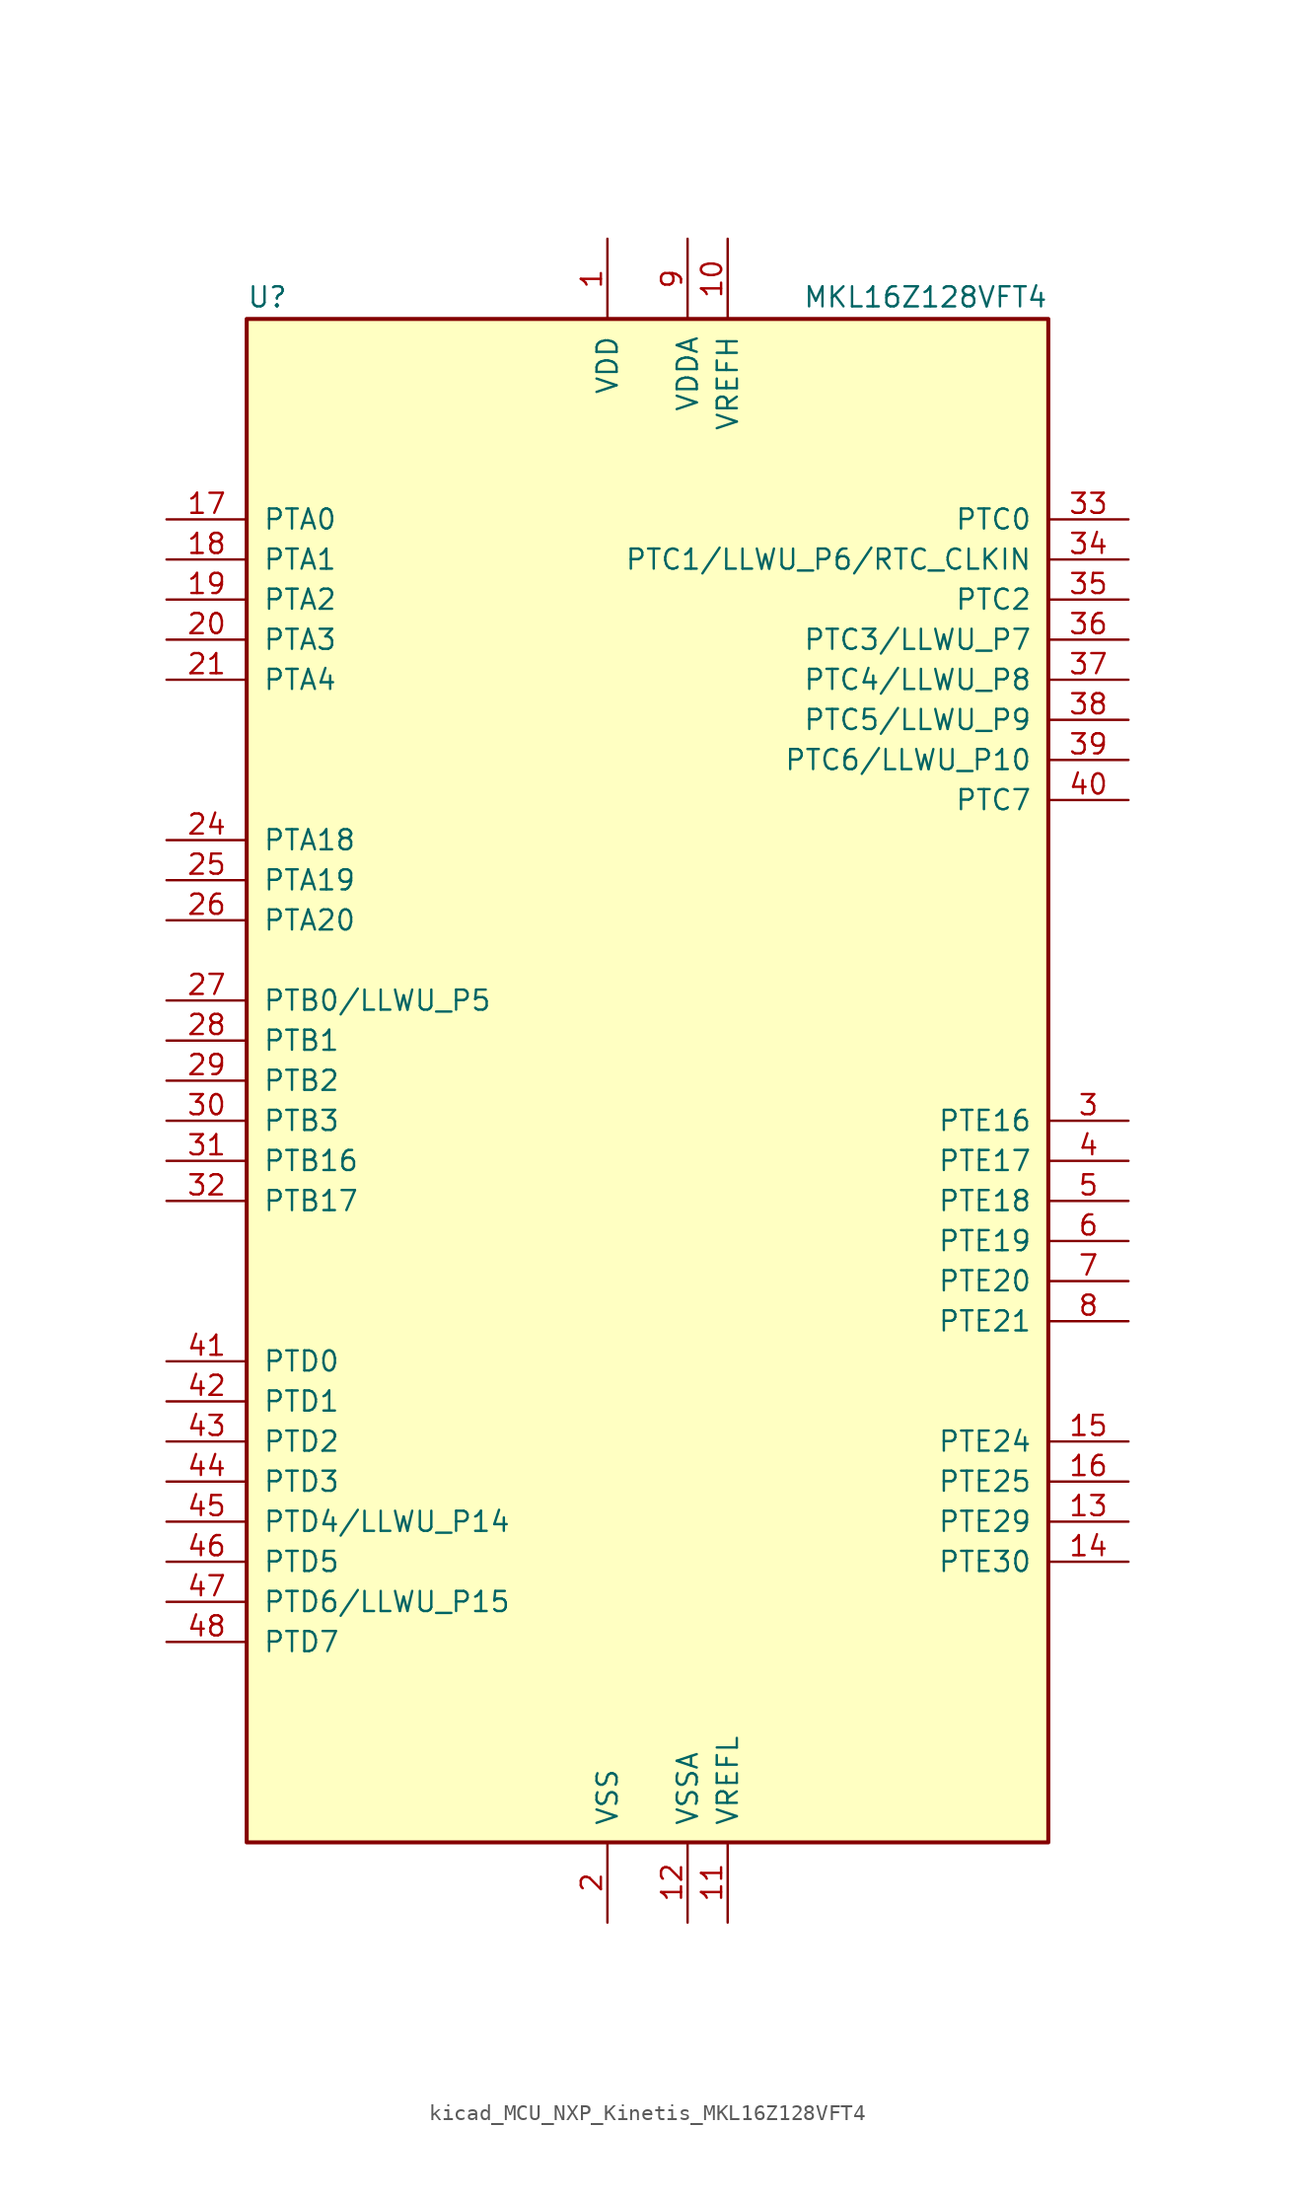
<source format=kicad_sym>
(kicad_symbol_lib
  (version 20220914)
  (generator kicad_symbol_editor)
  (symbol "kicad_MCU_NXP_Kinetis_MKL16Z128VFT4"
    (pin_names
      (offset 1.016))
    (property "Reference" "U"
      (at -25.4 48.895 0)
      (effects (font (size 1.27 1.27)) (justify left bottom)))
    (property "Value" "MKL16Z128VFT4"
      (at 25.4 48.895 0)
      (effects (font (size 1.27 1.27)) (justify right bottom)))
    (symbol "kicad_MCU_NXP_Kinetis_MKL16Z128VFT4_0_1"
      (rectangle (start -25.4 48.26) (end 25.4 -48.26) (stroke (width 0.254) (type default)) (fill (type background))))
    (symbol "kicad_MCU_NXP_Kinetis_MKL16Z128VFT4_1_1"
      (pin power_in line (at -2.54 53.34 270) (length 5.08) (name "VDD" (effects (font (size 1.27 1.27)))) (number "1" (effects (font (size 1.27 1.27)))))
      (pin power_in line (at 5.08 53.34 270) (length 5.08) (name "VREFH" (effects (font (size 1.27 1.27)))) (number "10" (effects (font (size 1.27 1.27)))))
      (pin power_in line (at 5.08 -53.34 90) (length 5.08) (name "VREFL" (effects (font (size 1.27 1.27)))) (number "11" (effects (font (size 1.27 1.27)))))
      (pin power_in line (at 2.54 -53.34 90) (length 5.08) (name "VSSA" (effects (font (size 1.27 1.27)))) (number "12" (effects (font (size 1.27 1.27)))))
      (pin bidirectional line (at 30.48 -27.94 180) (length 5.08) (name "PTE29" (effects (font (size 1.27 1.27)))) (number "13" (effects (font (size 1.27 1.27)))))
      (pin bidirectional line (at 30.48 -30.48 180) (length 5.08) (name "PTE30" (effects (font (size 1.27 1.27)))) (number "14" (effects (font (size 1.27 1.27)))))
      (pin bidirectional line (at 30.48 -22.86 180) (length 5.08) (name "PTE24" (effects (font (size 1.27 1.27)))) (number "15" (effects (font (size 1.27 1.27)))))
      (pin bidirectional line (at 30.48 -25.4 180) (length 5.08) (name "PTE25" (effects (font (size 1.27 1.27)))) (number "16" (effects (font (size 1.27 1.27)))))
      (pin bidirectional line (at -30.48 35.56 0) (length 5.08) (name "PTA0" (effects (font (size 1.27 1.27)))) (number "17" (effects (font (size 1.27 1.27)))))
      (pin bidirectional line (at -30.48 33.02 0) (length 5.08) (name "PTA1" (effects (font (size 1.27 1.27)))) (number "18" (effects (font (size 1.27 1.27)))))
      (pin bidirectional line (at -30.48 30.48 0) (length 5.08) (name "PTA2" (effects (font (size 1.27 1.27)))) (number "19" (effects (font (size 1.27 1.27)))))
      (pin power_in line (at -2.54 -53.34 90) (length 5.08) (name "VSS" (effects (font (size 1.27 1.27)))) (number "2" (effects (font (size 1.27 1.27)))))
      (pin bidirectional line (at -30.48 27.94 0) (length 5.08) (name "PTA3" (effects (font (size 1.27 1.27)))) (number "20" (effects (font (size 1.27 1.27)))))
      (pin bidirectional line (at -30.48 25.4 0) (length 5.08) (name "PTA4" (effects (font (size 1.27 1.27)))) (number "21" (effects (font (size 1.27 1.27)))))
      (pin passive line (at -2.54 53.34 270) (length 5.08) hide (name "VDD" (effects (font (size 1.27 1.27)))) (number "22" (effects (font (size 1.27 1.27)))))
      (pin passive line (at -2.54 -53.34 90) (length 5.08) hide (name "VSS" (effects (font (size 1.27 1.27)))) (number "23" (effects (font (size 1.27 1.27)))))
      (pin bidirectional line (at -30.48 15.24 0) (length 5.08) (name "PTA18" (effects (font (size 1.27 1.27)))) (number "24" (effects (font (size 1.27 1.27)))))
      (pin bidirectional line (at -30.48 12.7 0) (length 5.08) (name "PTA19" (effects (font (size 1.27 1.27)))) (number "25" (effects (font (size 1.27 1.27)))))
      (pin bidirectional line (at -30.48 10.16 0) (length 5.08) (name "PTA20" (effects (font (size 1.27 1.27)))) (number "26" (effects (font (size 1.27 1.27)))))
      (pin bidirectional line (at -30.48 5.08 0) (length 5.08) (name "PTB0/LLWU_P5" (effects (font (size 1.27 1.27)))) (number "27" (effects (font (size 1.27 1.27)))))
      (pin bidirectional line (at -30.48 2.54 0) (length 5.08) (name "PTB1" (effects (font (size 1.27 1.27)))) (number "28" (effects (font (size 1.27 1.27)))))
      (pin bidirectional line (at -30.48 0 0) (length 5.08) (name "PTB2" (effects (font (size 1.27 1.27)))) (number "29" (effects (font (size 1.27 1.27)))))
      (pin bidirectional line (at 30.48 -2.54 180) (length 5.08) (name "PTE16" (effects (font (size 1.27 1.27)))) (number "3" (effects (font (size 1.27 1.27)))))
      (pin bidirectional line (at -30.48 -2.54 0) (length 5.08) (name "PTB3" (effects (font (size 1.27 1.27)))) (number "30" (effects (font (size 1.27 1.27)))))
      (pin bidirectional line (at -30.48 -5.08 0) (length 5.08) (name "PTB16" (effects (font (size 1.27 1.27)))) (number "31" (effects (font (size 1.27 1.27)))))
      (pin bidirectional line (at -30.48 -7.62 0) (length 5.08) (name "PTB17" (effects (font (size 1.27 1.27)))) (number "32" (effects (font (size 1.27 1.27)))))
      (pin bidirectional line (at 30.48 35.56 180) (length 5.08) (name "PTC0" (effects (font (size 1.27 1.27)))) (number "33" (effects (font (size 1.27 1.27)))))
      (pin bidirectional line (at 30.48 33.02 180) (length 5.08) (name "PTC1/LLWU_P6/RTC_CLKIN" (effects (font (size 1.27 1.27)))) (number "34" (effects (font (size 1.27 1.27)))))
      (pin bidirectional line (at 30.48 30.48 180) (length 5.08) (name "PTC2" (effects (font (size 1.27 1.27)))) (number "35" (effects (font (size 1.27 1.27)))))
      (pin bidirectional line (at 30.48 27.94 180) (length 5.08) (name "PTC3/LLWU_P7" (effects (font (size 1.27 1.27)))) (number "36" (effects (font (size 1.27 1.27)))))
      (pin bidirectional line (at 30.48 25.4 180) (length 5.08) (name "PTC4/LLWU_P8" (effects (font (size 1.27 1.27)))) (number "37" (effects (font (size 1.27 1.27)))))
      (pin bidirectional line (at 30.48 22.86 180) (length 5.08) (name "PTC5/LLWU_P9" (effects (font (size 1.27 1.27)))) (number "38" (effects (font (size 1.27 1.27)))))
      (pin bidirectional line (at 30.48 20.32 180) (length 5.08) (name "PTC6/LLWU_P10" (effects (font (size 1.27 1.27)))) (number "39" (effects (font (size 1.27 1.27)))))
      (pin bidirectional line (at 30.48 -5.08 180) (length 5.08) (name "PTE17" (effects (font (size 1.27 1.27)))) (number "4" (effects (font (size 1.27 1.27)))))
      (pin bidirectional line (at 30.48 17.78 180) (length 5.08) (name "PTC7" (effects (font (size 1.27 1.27)))) (number "40" (effects (font (size 1.27 1.27)))))
      (pin bidirectional line (at -30.48 -17.78 0) (length 5.08) (name "PTD0" (effects (font (size 1.27 1.27)))) (number "41" (effects (font (size 1.27 1.27)))))
      (pin bidirectional line (at -30.48 -20.32 0) (length 5.08) (name "PTD1" (effects (font (size 1.27 1.27)))) (number "42" (effects (font (size 1.27 1.27)))))
      (pin bidirectional line (at -30.48 -22.86 0) (length 5.08) (name "PTD2" (effects (font (size 1.27 1.27)))) (number "43" (effects (font (size 1.27 1.27)))))
      (pin bidirectional line (at -30.48 -25.4 0) (length 5.08) (name "PTD3" (effects (font (size 1.27 1.27)))) (number "44" (effects (font (size 1.27 1.27)))))
      (pin bidirectional line (at -30.48 -27.94 0) (length 5.08) (name "PTD4/LLWU_P14" (effects (font (size 1.27 1.27)))) (number "45" (effects (font (size 1.27 1.27)))))
      (pin bidirectional line (at -30.48 -30.48 0) (length 5.08) (name "PTD5" (effects (font (size 1.27 1.27)))) (number "46" (effects (font (size 1.27 1.27)))))
      (pin bidirectional line (at -30.48 -33.02 0) (length 5.08) (name "PTD6/LLWU_P15" (effects (font (size 1.27 1.27)))) (number "47" (effects (font (size 1.27 1.27)))))
      (pin bidirectional line (at -30.48 -35.56 0) (length 5.08) (name "PTD7" (effects (font (size 1.27 1.27)))) (number "48" (effects (font (size 1.27 1.27)))))
      (pin bidirectional line (at 30.48 -7.62 180) (length 5.08) (name "PTE18" (effects (font (size 1.27 1.27)))) (number "5" (effects (font (size 1.27 1.27)))))
      (pin bidirectional line (at 30.48 -10.16 180) (length 5.08) (name "PTE19" (effects (font (size 1.27 1.27)))) (number "6" (effects (font (size 1.27 1.27)))))
      (pin bidirectional line (at 30.48 -12.7 180) (length 5.08) (name "PTE20" (effects (font (size 1.27 1.27)))) (number "7" (effects (font (size 1.27 1.27)))))
      (pin bidirectional line (at 30.48 -15.24 180) (length 5.08) (name "PTE21" (effects (font (size 1.27 1.27)))) (number "8" (effects (font (size 1.27 1.27)))))
      (pin power_in line (at 2.54 53.34 270) (length 5.08) (name "VDDA" (effects (font (size 1.27 1.27)))) (number "9" (effects (font (size 1.27 1.27))))))))
</source>
